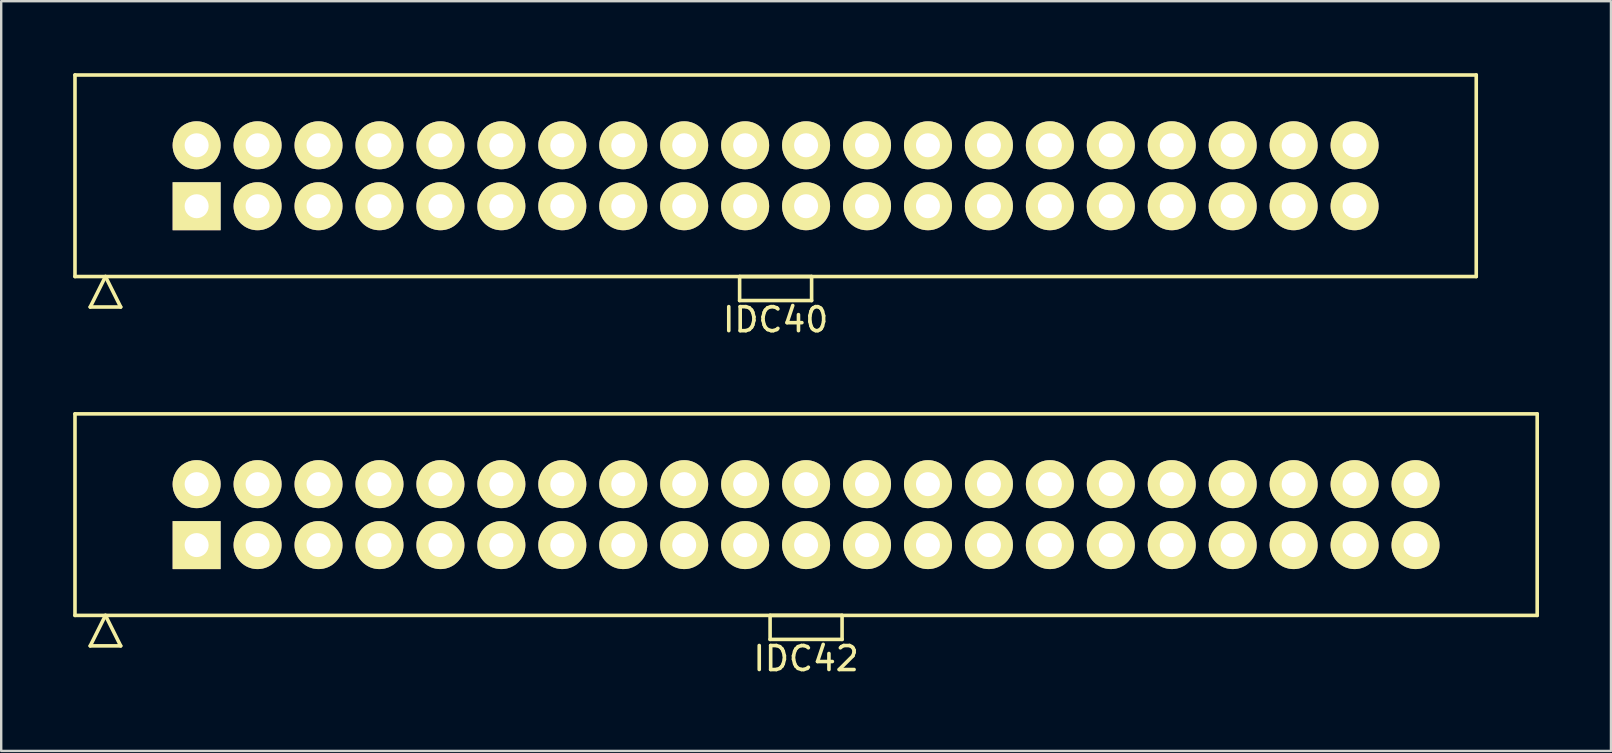
<source format=kicad_pcb>
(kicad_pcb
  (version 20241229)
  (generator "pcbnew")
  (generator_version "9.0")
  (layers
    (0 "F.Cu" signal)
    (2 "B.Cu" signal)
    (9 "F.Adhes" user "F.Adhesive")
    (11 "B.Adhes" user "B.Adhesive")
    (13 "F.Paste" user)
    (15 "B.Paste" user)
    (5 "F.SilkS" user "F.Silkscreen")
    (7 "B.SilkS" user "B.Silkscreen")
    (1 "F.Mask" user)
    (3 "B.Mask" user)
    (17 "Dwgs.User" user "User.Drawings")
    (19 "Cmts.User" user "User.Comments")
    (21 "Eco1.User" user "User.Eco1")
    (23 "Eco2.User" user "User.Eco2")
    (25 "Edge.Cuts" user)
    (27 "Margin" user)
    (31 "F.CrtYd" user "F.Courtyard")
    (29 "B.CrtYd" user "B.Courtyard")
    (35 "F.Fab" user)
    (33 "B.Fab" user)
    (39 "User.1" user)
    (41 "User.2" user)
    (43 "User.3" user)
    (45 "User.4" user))
  (footprint "IDC42"
    (layer "F.Cu")
    (at 30.545 18.398)
    (property "Reference" "IDC42" (at 0 6 0) (layer "F.SilkS") (effects (font (size 1 1) (thickness 0.15))))
    (attr through_hole)
    (fp_line (start -30.47 -4.2) (end -30.47 4.2) (stroke (width 0.15) (type solid)) (layer "F.SilkS"))
    (fp_line (start -30.47 4.2) (end 30.47 4.2) (stroke (width 0.15) (type solid)) (layer "F.SilkS"))
    (fp_line (start -29.835 5.47) (end -29.2 4.2) (stroke (width 0.15) (type solid)) (layer "F.SilkS"))
    (fp_line (start -29.835 5.47) (end -28.565 5.47) (stroke (width 0.15) (type solid)) (layer "F.SilkS"))
    (fp_line (start -28.565 5.47) (end -29.2 4.2) (stroke (width 0.15) (type solid)) (layer "F.SilkS"))
    (fp_line (start -1.5 4.2) (end -1.5 5.2) (stroke (width 0.15) (type solid)) (layer "F.SilkS"))
    (fp_line (start -1.5 5.2) (end 1.5 5.2) (stroke (width 0.15) (type solid)) (layer "F.SilkS"))
    (fp_line (start 1.5 4.2) (end -1.5 4.2) (stroke (width 0.15) (type solid)) (layer "F.SilkS"))
    (fp_line (start 1.5 5.2) (end 1.5 4.2) (stroke (width 0.15) (type solid)) (layer "F.SilkS"))
    (fp_line (start 30.47 -4.2) (end -30.47 -4.2) (stroke (width 0.15) (type solid)) (layer "F.SilkS"))
    (fp_line (start 30.47 4.2) (end 30.47 -4.2) (stroke (width 0.15) (type solid)) (layer "F.SilkS"))
    (pad "1" thru_hole rect (at -25.4 1.27) (size 2 2) (drill 1) (layers "*.Cu" "*.Mask" "F.SilkS"))
    (pad "2" thru_hole circle (at -25.4 -1.27) (size 2 2) (drill 1) (layers "*.Cu" "*.Mask" "F.SilkS"))
    (pad "3" thru_hole circle (at -22.86 1.27) (size 2 2) (drill 1) (layers "*.Cu" "*.Mask" "F.SilkS"))
    (pad "4" thru_hole circle (at -22.86 -1.27) (size 2 2) (drill 1) (layers "*.Cu" "*.Mask" "F.SilkS"))
    (pad "5" thru_hole circle (at -20.32 1.27) (size 2 2) (drill 1) (layers "*.Cu" "*.Mask" "F.SilkS"))
    (pad "6" thru_hole circle (at -20.32 -1.27) (size 2 2) (drill 1) (layers "*.Cu" "*.Mask" "F.SilkS"))
    (pad "7" thru_hole circle (at -17.78 1.27) (size 2 2) (drill 1) (layers "*.Cu" "*.Mask" "F.SilkS"))
    (pad "8" thru_hole circle (at -17.78 -1.27) (size 2 2) (drill 1) (layers "*.Cu" "*.Mask" "F.SilkS"))
    (pad "9" thru_hole circle (at -15.24 1.27) (size 2 2) (drill 1) (layers "*.Cu" "*.Mask" "F.SilkS"))
    (pad "10" thru_hole circle (at -15.24 -1.27) (size 2 2) (drill 1) (layers "*.Cu" "*.Mask" "F.SilkS"))
    (pad "11" thru_hole circle (at -12.7 1.27) (size 2 2) (drill 1) (layers "*.Cu" "*.Mask" "F.SilkS"))
    (pad "12" thru_hole circle (at -12.7 -1.27) (size 2 2) (drill 1) (layers "*.Cu" "*.Mask" "F.SilkS"))
    (pad "13" thru_hole circle (at -10.16 1.27) (size 2 2) (drill 1) (layers "*.Cu" "*.Mask" "F.SilkS"))
    (pad "14" thru_hole circle (at -10.16 -1.27) (size 2 2) (drill 1) (layers "*.Cu" "*.Mask" "F.SilkS"))
    (pad "15" thru_hole circle (at -7.62 1.27) (size 2 2) (drill 1) (layers "*.Cu" "*.Mask" "F.SilkS"))
    (pad "16" thru_hole circle (at -7.62 -1.27) (size 2 2) (drill 1) (layers "*.Cu" "*.Mask" "F.SilkS"))
    (pad "17" thru_hole circle (at -5.08 1.27) (size 2 2) (drill 1) (layers "*.Cu" "*.Mask" "F.SilkS"))
    (pad "18" thru_hole circle (at -5.08 -1.27) (size 2 2) (drill 1) (layers "*.Cu" "*.Mask" "F.SilkS"))
    (pad "19" thru_hole circle (at -2.54 1.27) (size 2 2) (drill 1) (layers "*.Cu" "*.Mask" "F.SilkS"))
    (pad "20" thru_hole circle (at -2.54 -1.27) (size 2 2) (drill 1) (layers "*.Cu" "*.Mask" "F.SilkS"))
    (pad "21" thru_hole circle (at 0 1.27) (size 2 2) (drill 1) (layers "*.Cu" "*.Mask" "F.SilkS"))
    (pad "22" thru_hole circle (at 0 -1.27) (size 2 2) (drill 1) (layers "*.Cu" "*.Mask" "F.SilkS"))
    (pad "23" thru_hole circle (at 2.54 1.27) (size 2 2) (drill 1) (layers "*.Cu" "*.Mask" "F.SilkS"))
    (pad "24" thru_hole circle (at 2.54 -1.27) (size 2 2) (drill 1) (layers "*.Cu" "*.Mask" "F.SilkS"))
    (pad "25" thru_hole circle (at 5.08 1.27) (size 2 2) (drill 1) (layers "*.Cu" "*.Mask" "F.SilkS"))
    (pad "26" thru_hole circle (at 5.08 -1.27) (size 2 2) (drill 1) (layers "*.Cu" "*.Mask" "F.SilkS"))
    (pad "27" thru_hole circle (at 7.62 1.27) (size 2 2) (drill 1) (layers "*.Cu" "*.Mask" "F.SilkS"))
    (pad "28" thru_hole circle (at 7.62 -1.27) (size 2 2) (drill 1) (layers "*.Cu" "*.Mask" "F.SilkS"))
    (pad "29" thru_hole circle (at 10.16 1.27) (size 2 2) (drill 1) (layers "*.Cu" "*.Mask" "F.SilkS"))
    (pad "30" thru_hole circle (at 10.16 -1.27) (size 2 2) (drill 1) (layers "*.Cu" "*.Mask" "F.SilkS"))
    (pad "31" thru_hole circle (at 12.7 1.27) (size 2 2) (drill 1) (layers "*.Cu" "*.Mask" "F.SilkS"))
    (pad "32" thru_hole circle (at 12.7 -1.27) (size 2 2) (drill 1) (layers "*.Cu" "*.Mask" "F.SilkS"))
    (pad "33" thru_hole circle (at 15.24 1.27) (size 2 2) (drill 1) (layers "*.Cu" "*.Mask" "F.SilkS"))
    (pad "34" thru_hole circle (at 15.24 -1.27) (size 2 2) (drill 1) (layers "*.Cu" "*.Mask" "F.SilkS"))
    (pad "35" thru_hole circle (at 17.78 1.27) (size 2 2) (drill 1) (layers "*.Cu" "*.Mask" "F.SilkS"))
    (pad "36" thru_hole circle (at 17.78 -1.27) (size 2 2) (drill 1) (layers "*.Cu" "*.Mask" "F.SilkS"))
    (pad "37" thru_hole circle (at 20.32 1.27) (size 2 2) (drill 1) (layers "*.Cu" "*.Mask" "F.SilkS"))
    (pad "38" thru_hole circle (at 20.32 -1.27) (size 2 2) (drill 1) (layers "*.Cu" "*.Mask" "F.SilkS"))
    (pad "39" thru_hole circle (at 22.86 1.27) (size 2 2) (drill 1) (layers "*.Cu" "*.Mask" "F.SilkS"))
    (pad "40" thru_hole circle (at 22.86 -1.27) (size 2 2) (drill 1) (layers "*.Cu" "*.Mask" "F.SilkS"))
    (pad "41" thru_hole circle (at 25.4 1.27) (size 2 2) (drill 1) (layers "*.Cu" "*.Mask" "F.SilkS"))
    (pad "42" thru_hole circle (at 25.4 -1.27) (size 2 2) (drill 1) (layers "*.Cu" "*.Mask" "F.SilkS")))
  (footprint "IDC40"
    (layer "F.Cu")
    (at 29.275 4.275)
    (property "Reference" "IDC40" (at 0 6 0) (layer "F.SilkS") (effects (font (size 1 1) (thickness 0.15))))
    (attr through_hole)
    (fp_line (start -29.2 -4.2) (end -29.2 4.2) (stroke (width 0.15) (type solid)) (layer "F.SilkS"))
    (fp_line (start -29.2 4.2) (end 29.2 4.2) (stroke (width 0.15) (type solid)) (layer "F.SilkS"))
    (fp_line (start -28.565 5.47) (end -27.93 4.2) (stroke (width 0.15) (type solid)) (layer "F.SilkS"))
    (fp_line (start -28.565 5.47) (end -27.295 5.47) (stroke (width 0.15) (type solid)) (layer "F.SilkS"))
    (fp_line (start -27.295 5.47) (end -27.93 4.2) (stroke (width 0.15) (type solid)) (layer "F.SilkS"))
    (fp_line (start -1.5 4.2) (end -1.5 5.2) (stroke (width 0.15) (type solid)) (layer "F.SilkS"))
    (fp_line (start -1.5 5.2) (end 1.5 5.2) (stroke (width 0.15) (type solid)) (layer "F.SilkS"))
    (fp_line (start 1.5 4.2) (end -1.5 4.2) (stroke (width 0.15) (type solid)) (layer "F.SilkS"))
    (fp_line (start 1.5 5.2) (end 1.5 4.2) (stroke (width 0.15) (type solid)) (layer "F.SilkS"))
    (fp_line (start 29.2 -4.2) (end -29.2 -4.2) (stroke (width 0.15) (type solid)) (layer "F.SilkS"))
    (fp_line (start 29.2 4.2) (end 29.2 -4.2) (stroke (width 0.15) (type solid)) (layer "F.SilkS"))
    (pad "1" thru_hole rect (at -24.13 1.27) (size 2 2) (drill 1) (layers "*.Cu" "*.Mask" "F.SilkS"))
    (pad "2" thru_hole circle (at -24.13 -1.27) (size 2 2) (drill 1) (layers "*.Cu" "*.Mask" "F.SilkS"))
    (pad "3" thru_hole circle (at -21.59 1.27) (size 2 2) (drill 1) (layers "*.Cu" "*.Mask" "F.SilkS"))
    (pad "4" thru_hole circle (at -21.59 -1.27) (size 2 2) (drill 1) (layers "*.Cu" "*.Mask" "F.SilkS"))
    (pad "5" thru_hole circle (at -19.05 1.27) (size 2 2) (drill 1) (layers "*.Cu" "*.Mask" "F.SilkS"))
    (pad "6" thru_hole circle (at -19.05 -1.27) (size 2 2) (drill 1) (layers "*.Cu" "*.Mask" "F.SilkS"))
    (pad "7" thru_hole circle (at -16.51 1.27) (size 2 2) (drill 1) (layers "*.Cu" "*.Mask" "F.SilkS"))
    (pad "8" thru_hole circle (at -16.51 -1.27) (size 2 2) (drill 1) (layers "*.Cu" "*.Mask" "F.SilkS"))
    (pad "9" thru_hole circle (at -13.97 1.27) (size 2 2) (drill 1) (layers "*.Cu" "*.Mask" "F.SilkS"))
    (pad "10" thru_hole circle (at -13.97 -1.27) (size 2 2) (drill 1) (layers "*.Cu" "*.Mask" "F.SilkS"))
    (pad "11" thru_hole circle (at -11.43 1.27) (size 2 2) (drill 1) (layers "*.Cu" "*.Mask" "F.SilkS"))
    (pad "12" thru_hole circle (at -11.43 -1.27) (size 2 2) (drill 1) (layers "*.Cu" "*.Mask" "F.SilkS"))
    (pad "13" thru_hole circle (at -8.89 1.27) (size 2 2) (drill 1) (layers "*.Cu" "*.Mask" "F.SilkS"))
    (pad "14" thru_hole circle (at -8.89 -1.27) (size 2 2) (drill 1) (layers "*.Cu" "*.Mask" "F.SilkS"))
    (pad "15" thru_hole circle (at -6.35 1.27) (size 2 2) (drill 1) (layers "*.Cu" "*.Mask" "F.SilkS"))
    (pad "16" thru_hole circle (at -6.35 -1.27) (size 2 2) (drill 1) (layers "*.Cu" "*.Mask" "F.SilkS"))
    (pad "17" thru_hole circle (at -3.81 1.27) (size 2 2) (drill 1) (layers "*.Cu" "*.Mask" "F.SilkS"))
    (pad "18" thru_hole circle (at -3.81 -1.27) (size 2 2) (drill 1) (layers "*.Cu" "*.Mask" "F.SilkS"))
    (pad "19" thru_hole circle (at -1.27 1.27) (size 2 2) (drill 1) (layers "*.Cu" "*.Mask" "F.SilkS"))
    (pad "20" thru_hole circle (at -1.27 -1.27) (size 2 2) (drill 1) (layers "*.Cu" "*.Mask" "F.SilkS"))
    (pad "21" thru_hole circle (at 1.27 1.27) (size 2 2) (drill 1) (layers "*.Cu" "*.Mask" "F.SilkS"))
    (pad "22" thru_hole circle (at 1.27 -1.27) (size 2 2) (drill 1) (layers "*.Cu" "*.Mask" "F.SilkS"))
    (pad "23" thru_hole circle (at 3.81 1.27) (size 2 2) (drill 1) (layers "*.Cu" "*.Mask" "F.SilkS"))
    (pad "24" thru_hole circle (at 3.81 -1.27) (size 2 2) (drill 1) (layers "*.Cu" "*.Mask" "F.SilkS"))
    (pad "25" thru_hole circle (at 6.35 1.27) (size 2 2) (drill 1) (layers "*.Cu" "*.Mask" "F.SilkS"))
    (pad "26" thru_hole circle (at 6.35 -1.27) (size 2 2) (drill 1) (layers "*.Cu" "*.Mask" "F.SilkS"))
    (pad "27" thru_hole circle (at 8.89 1.27) (size 2 2) (drill 1) (layers "*.Cu" "*.Mask" "F.SilkS"))
    (pad "28" thru_hole circle (at 8.89 -1.27) (size 2 2) (drill 1) (layers "*.Cu" "*.Mask" "F.SilkS"))
    (pad "29" thru_hole circle (at 11.43 1.27) (size 2 2) (drill 1) (layers "*.Cu" "*.Mask" "F.SilkS"))
    (pad "30" thru_hole circle (at 11.43 -1.27) (size 2 2) (drill 1) (layers "*.Cu" "*.Mask" "F.SilkS"))
    (pad "31" thru_hole circle (at 13.97 1.27) (size 2 2) (drill 1) (layers "*.Cu" "*.Mask" "F.SilkS"))
    (pad "32" thru_hole circle (at 13.97 -1.27) (size 2 2) (drill 1) (layers "*.Cu" "*.Mask" "F.SilkS"))
    (pad "33" thru_hole circle (at 16.51 1.27) (size 2 2) (drill 1) (layers "*.Cu" "*.Mask" "F.SilkS"))
    (pad "34" thru_hole circle (at 16.51 -1.27) (size 2 2) (drill 1) (layers "*.Cu" "*.Mask" "F.SilkS"))
    (pad "35" thru_hole circle (at 19.05 1.27) (size 2 2) (drill 1) (layers "*.Cu" "*.Mask" "F.SilkS"))
    (pad "36" thru_hole circle (at 19.05 -1.27) (size 2 2) (drill 1) (layers "*.Cu" "*.Mask" "F.SilkS"))
    (pad "37" thru_hole circle (at 21.59 1.27) (size 2 2) (drill 1) (layers "*.Cu" "*.Mask" "F.SilkS"))
    (pad "38" thru_hole circle (at 21.59 -1.27) (size 2 2) (drill 1) (layers "*.Cu" "*.Mask" "F.SilkS"))
    (pad "39" thru_hole circle (at 24.13 1.27) (size 2 2) (drill 1) (layers "*.Cu" "*.Mask" "F.SilkS"))
    (pad "40" thru_hole circle (at 24.13 -1.27) (size 2 2) (drill 1) (layers "*.Cu" "*.Mask" "F.SilkS")))
  (gr_rect
    (start -3 -3)
    (end 64.09 28.247)
    (stroke (width 0.1) (type default))
    (fill no)
    (layer "Edge.Cuts")))
</source>
